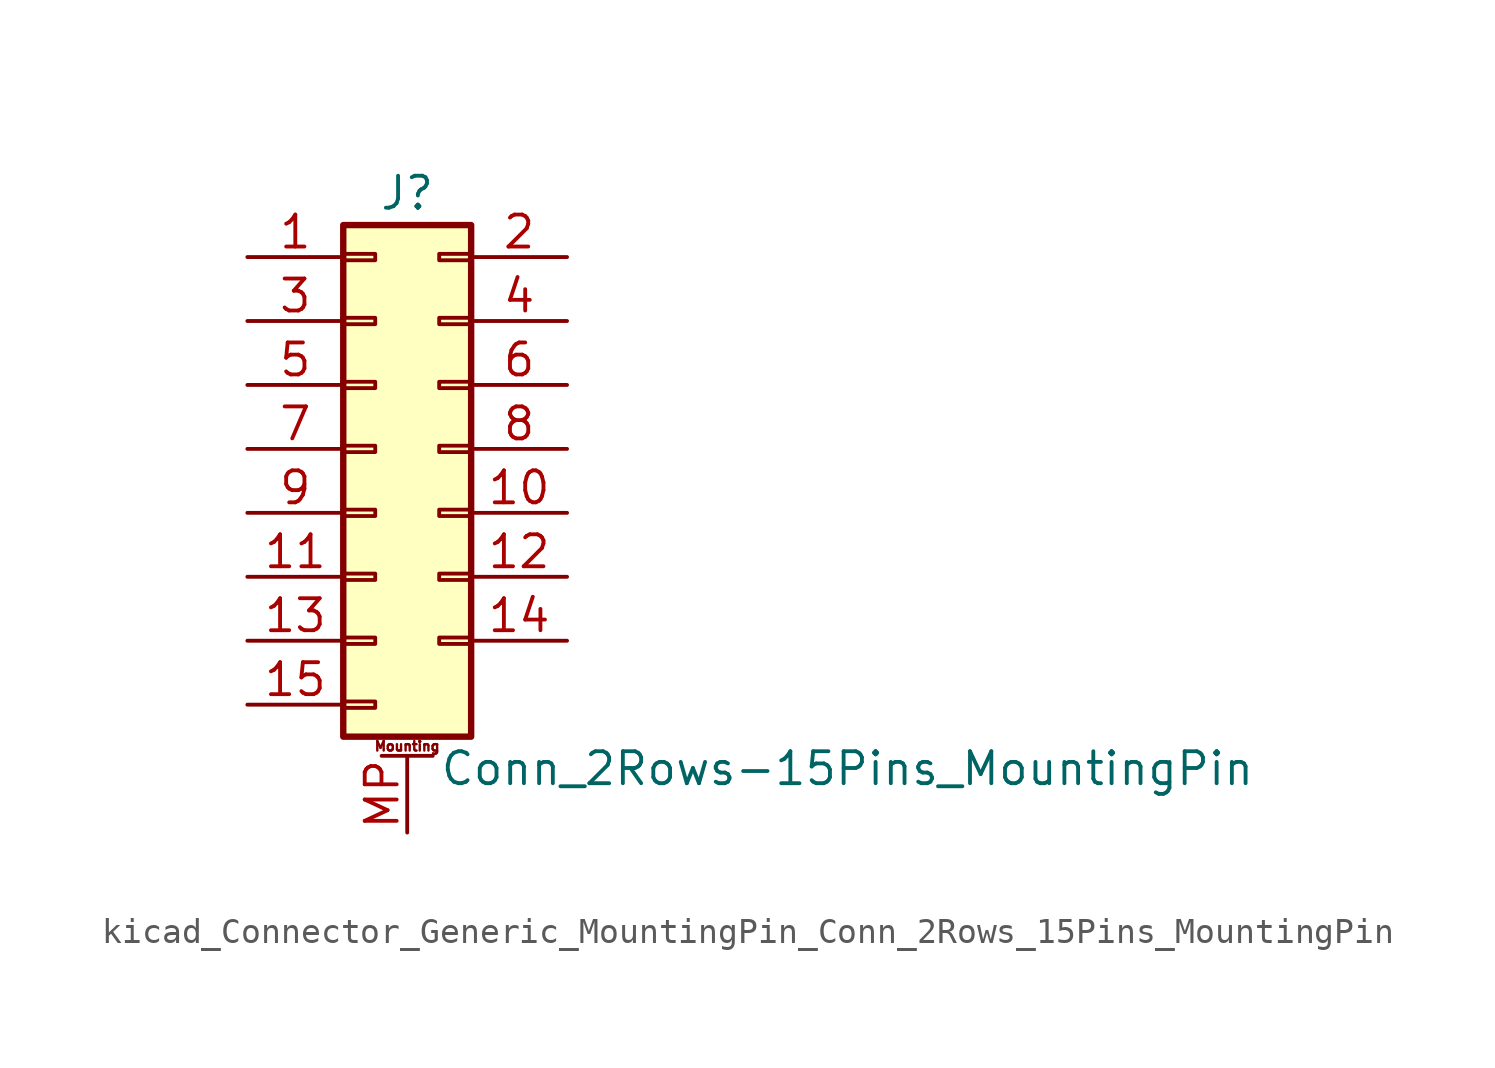
<source format=kicad_sym>
(kicad_symbol_lib
  (version 20220914)
  (generator kicad_symbol_editor)
  (symbol "kicad_Connector_Generic_MountingPin_Conn_2Rows_15Pins_MountingPin"
    (pin_names
      (offset 1.016) hide)
    (property "Reference" "J"
      (at 1.27 10.16 0)
      (effects (font (size 1.27 1.27))))
    (property "Value" "Conn_2Rows-15Pins_MountingPin"
      (at 2.54 -12.7 0)
      (effects (font (size 1.27 1.27)) (justify left)))
    (symbol "kicad_Connector_Generic_MountingPin_Conn_2Rows_15Pins_MountingPin_1_1"
      (rectangle (start -1.27 -10.033) (end 0 -10.287) (stroke (width 0.152) (type default)) (fill (type none)))
      (rectangle (start -1.27 -7.493) (end 0 -7.747) (stroke (width 0.152) (type default)) (fill (type none)))
      (rectangle (start -1.27 -4.953) (end 0 -5.207) (stroke (width 0.152) (type default)) (fill (type none)))
      (rectangle (start -1.27 -2.413) (end 0 -2.667) (stroke (width 0.152) (type default)) (fill (type none)))
      (rectangle (start -1.27 0.127) (end 0 -0.127) (stroke (width 0.152) (type default)) (fill (type none)))
      (rectangle (start -1.27 2.667) (end 0 2.413) (stroke (width 0.152) (type default)) (fill (type none)))
      (rectangle (start -1.27 5.207) (end 0 4.953) (stroke (width 0.152) (type default)) (fill (type none)))
      (rectangle (start -1.27 7.747) (end 0 7.493) (stroke (width 0.152) (type default)) (fill (type none)))
      (rectangle (start -1.27 8.89) (end 3.81 -11.43) (stroke (width 0.254) (type default)) (fill (type background)))
      (polyline (pts (xy 0.254 -12.192) (xy 2.286 -12.192)) (stroke (width 0.152) (type default)) (fill (type none)))
      (rectangle (start 3.81 -7.493) (end 2.54 -7.747) (stroke (width 0.152) (type default)) (fill (type none)))
      (rectangle (start 3.81 -4.953) (end 2.54 -5.207) (stroke (width 0.152) (type default)) (fill (type none)))
      (rectangle (start 3.81 -2.413) (end 2.54 -2.667) (stroke (width 0.152) (type default)) (fill (type none)))
      (rectangle (start 3.81 0.127) (end 2.54 -0.127) (stroke (width 0.152) (type default)) (fill (type none)))
      (rectangle (start 3.81 2.667) (end 2.54 2.413) (stroke (width 0.152) (type default)) (fill (type none)))
      (rectangle (start 3.81 5.207) (end 2.54 4.953) (stroke (width 0.152) (type default)) (fill (type none)))
      (rectangle (start 3.81 7.747) (end 2.54 7.493) (stroke (width 0.152) (type default)) (fill (type none)))
      (text "Mounting" (at 1.27 -11.811 0) (effects (font (size 0.381 0.381))))
      (pin passive line (at -5.08 7.62 0) (length 3.81) (name "Pin_1" (effects (font (size 1.27 1.27)))) (number "1" (effects (font (size 1.27 1.27)))))
      (pin passive line (at 7.62 -2.54 180) (length 3.81) (name "Pin_10" (effects (font (size 1.27 1.27)))) (number "10" (effects (font (size 1.27 1.27)))))
      (pin passive line (at -5.08 -5.08 0) (length 3.81) (name "Pin_11" (effects (font (size 1.27 1.27)))) (number "11" (effects (font (size 1.27 1.27)))))
      (pin passive line (at 7.62 -5.08 180) (length 3.81) (name "Pin_12" (effects (font (size 1.27 1.27)))) (number "12" (effects (font (size 1.27 1.27)))))
      (pin passive line (at -5.08 -7.62 0) (length 3.81) (name "Pin_13" (effects (font (size 1.27 1.27)))) (number "13" (effects (font (size 1.27 1.27)))))
      (pin passive line (at 7.62 -7.62 180) (length 3.81) (name "Pin_14" (effects (font (size 1.27 1.27)))) (number "14" (effects (font (size 1.27 1.27)))))
      (pin passive line (at -5.08 -10.16 0) (length 3.81) (name "Pin_15" (effects (font (size 1.27 1.27)))) (number "15" (effects (font (size 1.27 1.27)))))
      (pin passive line (at 7.62 7.62 180) (length 3.81) (name "Pin_2" (effects (font (size 1.27 1.27)))) (number "2" (effects (font (size 1.27 1.27)))))
      (pin passive line (at -5.08 5.08 0) (length 3.81) (name "Pin_3" (effects (font (size 1.27 1.27)))) (number "3" (effects (font (size 1.27 1.27)))))
      (pin passive line (at 7.62 5.08 180) (length 3.81) (name "Pin_4" (effects (font (size 1.27 1.27)))) (number "4" (effects (font (size 1.27 1.27)))))
      (pin passive line (at -5.08 2.54 0) (length 3.81) (name "Pin_5" (effects (font (size 1.27 1.27)))) (number "5" (effects (font (size 1.27 1.27)))))
      (pin passive line (at 7.62 2.54 180) (length 3.81) (name "Pin_6" (effects (font (size 1.27 1.27)))) (number "6" (effects (font (size 1.27 1.27)))))
      (pin passive line (at -5.08 0 0) (length 3.81) (name "Pin_7" (effects (font (size 1.27 1.27)))) (number "7" (effects (font (size 1.27 1.27)))))
      (pin passive line (at 7.62 0 180) (length 3.81) (name "Pin_8" (effects (font (size 1.27 1.27)))) (number "8" (effects (font (size 1.27 1.27)))))
      (pin passive line (at -5.08 -2.54 0) (length 3.81) (name "Pin_9" (effects (font (size 1.27 1.27)))) (number "9" (effects (font (size 1.27 1.27)))))
      (pin passive line (at 1.27 -15.24 90) (length 3.048) (name "MountPin" (effects (font (size 1.27 1.27)))) (number "MP" (effects (font (size 1.27 1.27))))))))
</source>
